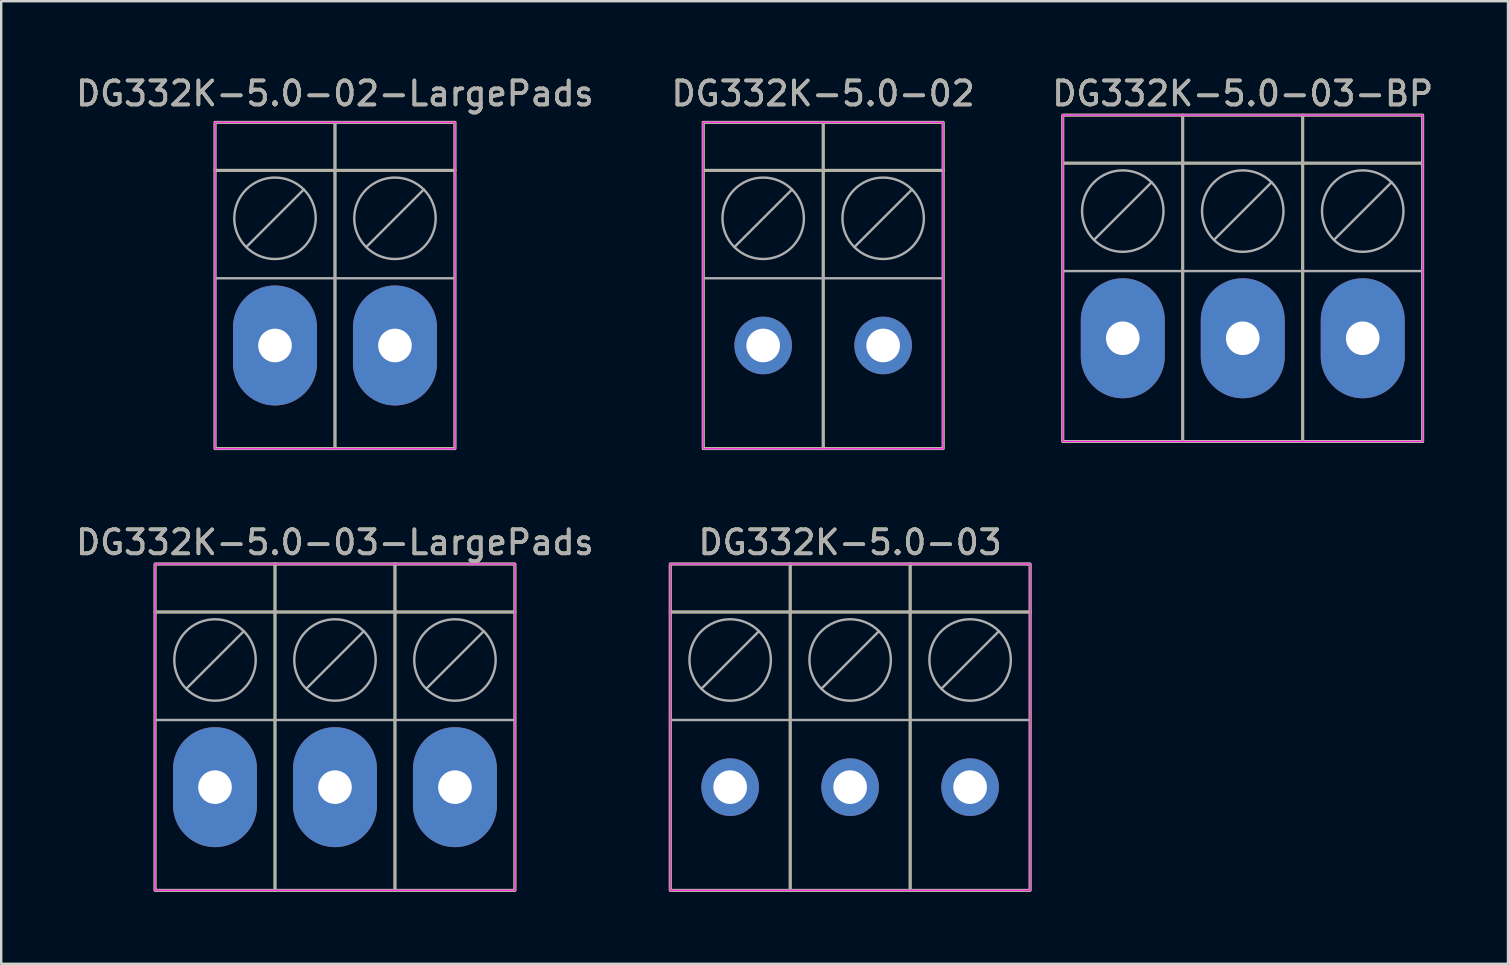
<source format=kicad_pcb>
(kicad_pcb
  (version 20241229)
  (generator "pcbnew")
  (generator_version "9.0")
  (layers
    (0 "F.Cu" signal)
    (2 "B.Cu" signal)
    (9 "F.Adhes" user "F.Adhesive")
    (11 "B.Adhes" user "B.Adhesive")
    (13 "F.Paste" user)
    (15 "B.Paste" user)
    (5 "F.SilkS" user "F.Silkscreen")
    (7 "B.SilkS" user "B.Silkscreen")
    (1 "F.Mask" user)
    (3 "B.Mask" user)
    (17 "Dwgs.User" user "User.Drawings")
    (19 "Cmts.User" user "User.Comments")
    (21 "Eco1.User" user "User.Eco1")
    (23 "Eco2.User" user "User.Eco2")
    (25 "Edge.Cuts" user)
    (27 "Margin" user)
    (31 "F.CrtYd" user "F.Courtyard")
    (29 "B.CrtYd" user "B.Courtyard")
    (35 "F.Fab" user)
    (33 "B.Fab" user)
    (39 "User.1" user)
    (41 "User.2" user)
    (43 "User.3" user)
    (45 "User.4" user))
  (footprint "DG332K-5.0-03-LargePads"
    (layer "F.Cu")
    (at 5.911 29.756)
    (property "Reference" "DG332K-5.0-03-LargePads" (at 5 -10.2 0) (layer "F.SilkS") (effects (font (size 1 1) (thickness 0.15))))
    (attr through_hole)
    (fp_line (start -2.5 -7.3) (end 12.5 -7.3) (stroke (width 0.12) (type solid)) (layer "F.SilkS"))
    (fp_line (start 2.5 -9.3) (end 2.5 4.3) (stroke (width 0.12) (type solid)) (layer "F.SilkS"))
    (fp_line (start 7.5 -9.3) (end 7.5 4.3) (stroke (width 0.12) (type solid)) (layer "F.SilkS"))
    (fp_rect (start -2.5 -9.3) (end 12.5 4.3) (stroke (width 0.12) (type solid)) (fill no) (layer "F.SilkS"))
    (fp_rect (start -2.5 -9.3) (end 12.5 4.3) (stroke (width 0.05) (type solid)) (fill no) (layer "F.CrtYd"))
    (fp_line (start -2.5 -7.3) (end 12.5 -7.3) (stroke (width 0.1) (type solid)) (layer "F.Fab"))
    (fp_line (start -1.2 -4.1) (end 1.2 -6.5) (stroke (width 0.1) (type solid)) (layer "F.Fab"))
    (fp_line (start 2.5 4.3) (end 2.5 -9.3) (stroke (width 0.1) (type solid)) (layer "F.Fab"))
    (fp_line (start 3.8 -4.1) (end 6.2 -6.5) (stroke (width 0.1) (type solid)) (layer "F.Fab"))
    (fp_line (start 7.5 4.3) (end 7.5 -9.3) (stroke (width 0.1) (type solid)) (layer "F.Fab"))
    (fp_line (start 8.8 -4.1) (end 11.2 -6.5) (stroke (width 0.1) (type solid)) (layer "F.Fab"))
    (fp_line (start 12.5 -2.8) (end -2.5 -2.8) (stroke (width 0.1) (type solid)) (layer "F.Fab"))
    (fp_rect (start -2.5 -9.3) (end 12.5 4.3) (stroke (width 0.1) (type solid)) (fill no) (layer "F.Fab"))
    (fp_circle (center 0 -5.3) (end 1.2 -6.5) (stroke (width 0.1) (type solid)) (fill no) (layer "F.Fab"))
    (fp_circle (center 5 -5.3) (end 6.2 -6.5) (stroke (width 0.1) (type solid)) (fill no) (layer "F.Fab"))
    (fp_circle (center 10 -5.3) (end 11.2 -6.5) (stroke (width 0.1) (type solid)) (fill no) (layer "F.Fab"))
    (fp_text user "${REFERENCE}" (at 5 -10.2 0) (unlocked yes) (layer "F.Fab") (effects (font (size 1 1) (thickness 0.15))))
    (pad "1" thru_hole oval (at 0 0) (size 3.5 5) (drill 1.4) (layers "*.Cu" "*.Mask"))
    (pad "2" thru_hole oval (at 5 0) (size 3.5 5) (drill 1.4) (layers "*.Cu" "*.Mask"))
    (pad "3" thru_hole oval (at 10 0) (size 3.5 5) (drill 1.4) (layers "*.Cu" "*.Mask")))
  (footprint "DG332K-5.0-03-BP"
    (layer "F.Cu")
    (at 43.744 11.048)
    (property "Reference" "DG332K-5.0-03-BP" (at 5 -10.2 0) (layer "F.SilkS") (effects (font (size 1 1) (thickness 0.15))))
    (attr through_hole)
    (fp_line (start -2.5 -7.3) (end 12.5 -7.3) (stroke (width 0.12) (type solid)) (layer "F.SilkS"))
    (fp_line (start 2.5 -9.3) (end 2.5 4.3) (stroke (width 0.12) (type solid)) (layer "F.SilkS"))
    (fp_line (start 7.5 -9.3) (end 7.5 4.3) (stroke (width 0.12) (type solid)) (layer "F.SilkS"))
    (fp_rect (start -2.5 -9.3) (end 12.5 4.3) (stroke (width 0.12) (type solid)) (fill no) (layer "F.SilkS"))
    (fp_rect (start -2.5 -9.3) (end 12.5 4.3) (stroke (width 0.05) (type solid)) (fill no) (layer "F.CrtYd"))
    (fp_line (start -2.5 -7.3) (end 12.5 -7.3) (stroke (width 0.1) (type solid)) (layer "F.Fab"))
    (fp_line (start -1.2 -4.1) (end 1.2 -6.5) (stroke (width 0.1) (type solid)) (layer "F.Fab"))
    (fp_line (start 2.5 4.3) (end 2.5 -9.3) (stroke (width 0.1) (type solid)) (layer "F.Fab"))
    (fp_line (start 3.8 -4.1) (end 6.2 -6.5) (stroke (width 0.1) (type solid)) (layer "F.Fab"))
    (fp_line (start 7.5 4.3) (end 7.5 -9.3) (stroke (width 0.1) (type solid)) (layer "F.Fab"))
    (fp_line (start 8.8 -4.1) (end 11.2 -6.5) (stroke (width 0.1) (type solid)) (layer "F.Fab"))
    (fp_line (start 12.5 -2.8) (end -2.5 -2.8) (stroke (width 0.1) (type solid)) (layer "F.Fab"))
    (fp_rect (start -2.5 -9.3) (end 12.5 4.3) (stroke (width 0.1) (type solid)) (fill no) (layer "F.Fab"))
    (fp_circle (center 0 -5.3) (end 1.2 -6.5) (stroke (width 0.1) (type solid)) (fill no) (layer "F.Fab"))
    (fp_circle (center 5 -5.3) (end 6.2 -6.5) (stroke (width 0.1) (type solid)) (fill no) (layer "F.Fab"))
    (fp_circle (center 10 -5.3) (end 11.2 -6.5) (stroke (width 0.1) (type solid)) (fill no) (layer "F.Fab"))
    (fp_text user "${REFERENCE}" (at 5 -10.2 0) (unlocked yes) (layer "F.Fab") (effects (font (size 1 1) (thickness 0.15))))
    (pad "1" thru_hole oval (at 0 0) (size 3.5 5) (drill 1.4) (layers "*.Cu" "*.Mask"))
    (pad "2" thru_hole oval (at 5 0) (size 3.5 5) (drill 1.4) (layers "*.Cu" "*.Mask"))
    (pad "3" thru_hole oval (at 10 0) (size 3.5 5) (drill 1.4) (layers "*.Cu" "*.Mask")))
  (footprint "DG332K-5.0-03"
    (layer "F.Cu")
    (at 27.381 29.756)
    (property "Reference" "DG332K-5.0-03" (at 5 -10.2 0) (layer "F.SilkS") (effects (font (size 1 1) (thickness 0.15))))
    (attr through_hole)
    (fp_line (start -2.5 -7.3) (end 12.5 -7.3) (stroke (width 0.12) (type solid)) (layer "F.SilkS"))
    (fp_line (start 2.5 -9.3) (end 2.5 4.3) (stroke (width 0.12) (type solid)) (layer "F.SilkS"))
    (fp_line (start 7.5 -9.3) (end 7.5 4.3) (stroke (width 0.12) (type solid)) (layer "F.SilkS"))
    (fp_rect (start -2.5 -9.3) (end 12.5 4.3) (stroke (width 0.12) (type solid)) (fill no) (layer "F.SilkS"))
    (fp_rect (start -2.5 -9.3) (end 12.5 4.3) (stroke (width 0.05) (type solid)) (fill no) (layer "F.CrtYd"))
    (fp_line (start -2.5 -7.3) (end 12.5 -7.3) (stroke (width 0.1) (type solid)) (layer "F.Fab"))
    (fp_line (start -1.2 -4.1) (end 1.2 -6.5) (stroke (width 0.1) (type solid)) (layer "F.Fab"))
    (fp_line (start 2.5 4.3) (end 2.5 -9.3) (stroke (width 0.1) (type solid)) (layer "F.Fab"))
    (fp_line (start 3.8 -4.1) (end 6.2 -6.5) (stroke (width 0.1) (type solid)) (layer "F.Fab"))
    (fp_line (start 7.5 4.3) (end 7.5 -9.3) (stroke (width 0.1) (type solid)) (layer "F.Fab"))
    (fp_line (start 8.8 -4.1) (end 11.2 -6.5) (stroke (width 0.1) (type solid)) (layer "F.Fab"))
    (fp_line (start 12.5 -2.8) (end -2.5 -2.8) (stroke (width 0.1) (type solid)) (layer "F.Fab"))
    (fp_rect (start -2.5 -9.3) (end 12.5 4.3) (stroke (width 0.1) (type solid)) (fill no) (layer "F.Fab"))
    (fp_circle (center 0 -5.3) (end 1.2 -6.5) (stroke (width 0.1) (type solid)) (fill no) (layer "F.Fab"))
    (fp_circle (center 5 -5.3) (end 6.2 -6.5) (stroke (width 0.1) (type solid)) (fill no) (layer "F.Fab"))
    (fp_circle (center 10 -5.3) (end 11.2 -6.5) (stroke (width 0.1) (type solid)) (fill no) (layer "F.Fab"))
    (fp_text user "${REFERENCE}" (at 5 -10.2 0) (unlocked yes) (layer "F.Fab") (effects (font (size 1 1) (thickness 0.15))))
    (pad "1" thru_hole circle (at 0 0) (size 2.4 2.4) (drill 1.4) (layers "*.Cu" "*.Mask"))
    (pad "2" thru_hole circle (at 5 0) (size 2.4 2.4) (drill 1.4) (layers "*.Cu" "*.Mask"))
    (pad "3" thru_hole circle (at 10 0) (size 2.4 2.4) (drill 1.4) (layers "*.Cu" "*.Mask")))
  (footprint "DG332K-5.0-02-LargePads"
    (layer "F.Cu")
    (at 8.411 11.348)
    (property "Reference" "DG332K-5.0-02-LargePads" (at 2.499 -10.5 0) (layer "F.SilkS") (effects (font (size 1 1) (thickness 0.15))))
    (attr through_hole)
    (fp_line (start -2.5 -7.3) (end 7.5 -7.3) (stroke (width 0.12) (type solid)) (layer "F.SilkS"))
    (fp_line (start 2.5 -9.3) (end 2.5 4.3) (stroke (width 0.12) (type solid)) (layer "F.SilkS"))
    (fp_rect (start -2.5 -9.3) (end 7.5 4.3) (stroke (width 0.12) (type solid)) (fill no) (layer "F.SilkS"))
    (fp_rect (start -2.5 -9.3) (end 7.5 4.3) (stroke (width 0.05) (type solid)) (fill no) (layer "F.CrtYd"))
    (fp_line (start -2.5 -7.3) (end 7.5 -7.3) (stroke (width 0.1) (type solid)) (layer "F.Fab"))
    (fp_line (start -1.2 -4.1) (end 1.2 -6.5) (stroke (width 0.1) (type solid)) (layer "F.Fab"))
    (fp_line (start 2.5 4.3) (end 2.5 -9.3) (stroke (width 0.1) (type solid)) (layer "F.Fab"))
    (fp_line (start 3.8 -4.1) (end 6.2 -6.5) (stroke (width 0.1) (type solid)) (layer "F.Fab"))
    (fp_line (start 7.5 -2.8) (end -2.5 -2.8) (stroke (width 0.1) (type solid)) (layer "F.Fab"))
    (fp_rect (start -2.5 -9.3) (end 7.5 4.3) (stroke (width 0.1) (type solid)) (fill no) (layer "F.Fab"))
    (fp_circle (center 0 -5.3) (end 1.2 -6.5) (stroke (width 0.1) (type solid)) (fill no) (layer "F.Fab"))
    (fp_circle (center 5 -5.3) (end 6.2 -6.5) (stroke (width 0.1) (type solid)) (fill no) (layer "F.Fab"))
    (fp_text user "${REFERENCE}" (at 2.499 -10.5 0) (unlocked yes) (layer "F.Fab") (effects (font (size 1 1) (thickness 0.15))))
    (pad "1" thru_hole oval (at 0 0) (size 3.5 5) (drill 1.4) (layers "*.Cu" "*.Mask"))
    (pad "2" thru_hole oval (at 5 0) (size 3.5 5) (drill 1.4) (layers "*.Cu" "*.Mask")))
  (footprint "DG332K-5.0-02"
    (layer "F.Cu")
    (at 28.757 11.348)
    (property "Reference" "DG332K-5.0-02" (at 2.499 -10.5 0) (layer "F.SilkS") (effects (font (size 1 1) (thickness 0.15))))
    (attr through_hole)
    (fp_line (start -2.5 -7.3) (end 7.5 -7.3) (stroke (width 0.12) (type solid)) (layer "F.SilkS"))
    (fp_line (start 2.5 -9.3) (end 2.5 4.3) (stroke (width 0.12) (type solid)) (layer "F.SilkS"))
    (fp_rect (start -2.5 -9.3) (end 7.5 4.3) (stroke (width 0.12) (type solid)) (fill no) (layer "F.SilkS"))
    (fp_rect (start -2.5 -9.3) (end 7.5 4.3) (stroke (width 0.05) (type solid)) (fill no) (layer "F.CrtYd"))
    (fp_line (start -2.5 -7.3) (end 7.5 -7.3) (stroke (width 0.1) (type solid)) (layer "F.Fab"))
    (fp_line (start -1.2 -4.1) (end 1.2 -6.5) (stroke (width 0.1) (type solid)) (layer "F.Fab"))
    (fp_line (start 2.5 4.3) (end 2.5 -9.3) (stroke (width 0.1) (type solid)) (layer "F.Fab"))
    (fp_line (start 3.8 -4.1) (end 6.2 -6.5) (stroke (width 0.1) (type solid)) (layer "F.Fab"))
    (fp_line (start 7.5 -2.8) (end -2.5 -2.8) (stroke (width 0.1) (type solid)) (layer "F.Fab"))
    (fp_rect (start -2.5 -9.3) (end 7.5 4.3) (stroke (width 0.1) (type solid)) (fill no) (layer "F.Fab"))
    (fp_circle (center 0 -5.3) (end 1.2 -6.5) (stroke (width 0.1) (type solid)) (fill no) (layer "F.Fab"))
    (fp_circle (center 5 -5.3) (end 6.2 -6.5) (stroke (width 0.1) (type solid)) (fill no) (layer "F.Fab"))
    (fp_text user "${REFERENCE}" (at 2.499 -10.5 0) (unlocked yes) (layer "F.Fab") (effects (font (size 1 1) (thickness 0.15))))
    (pad "1" thru_hole circle (at 0 0) (size 2.4 2.4) (drill 1.4) (layers "*.Cu" "*.Mask"))
    (pad "2" thru_hole circle (at 5 0) (size 2.4 2.4) (drill 1.4) (layers "*.Cu" "*.Mask")))
  (gr_rect
    (start -3 -3)
    (end 59.798 37.117)
    (stroke (width 0.1) (type default))
    (fill no)
    (layer "Edge.Cuts")))
</source>
